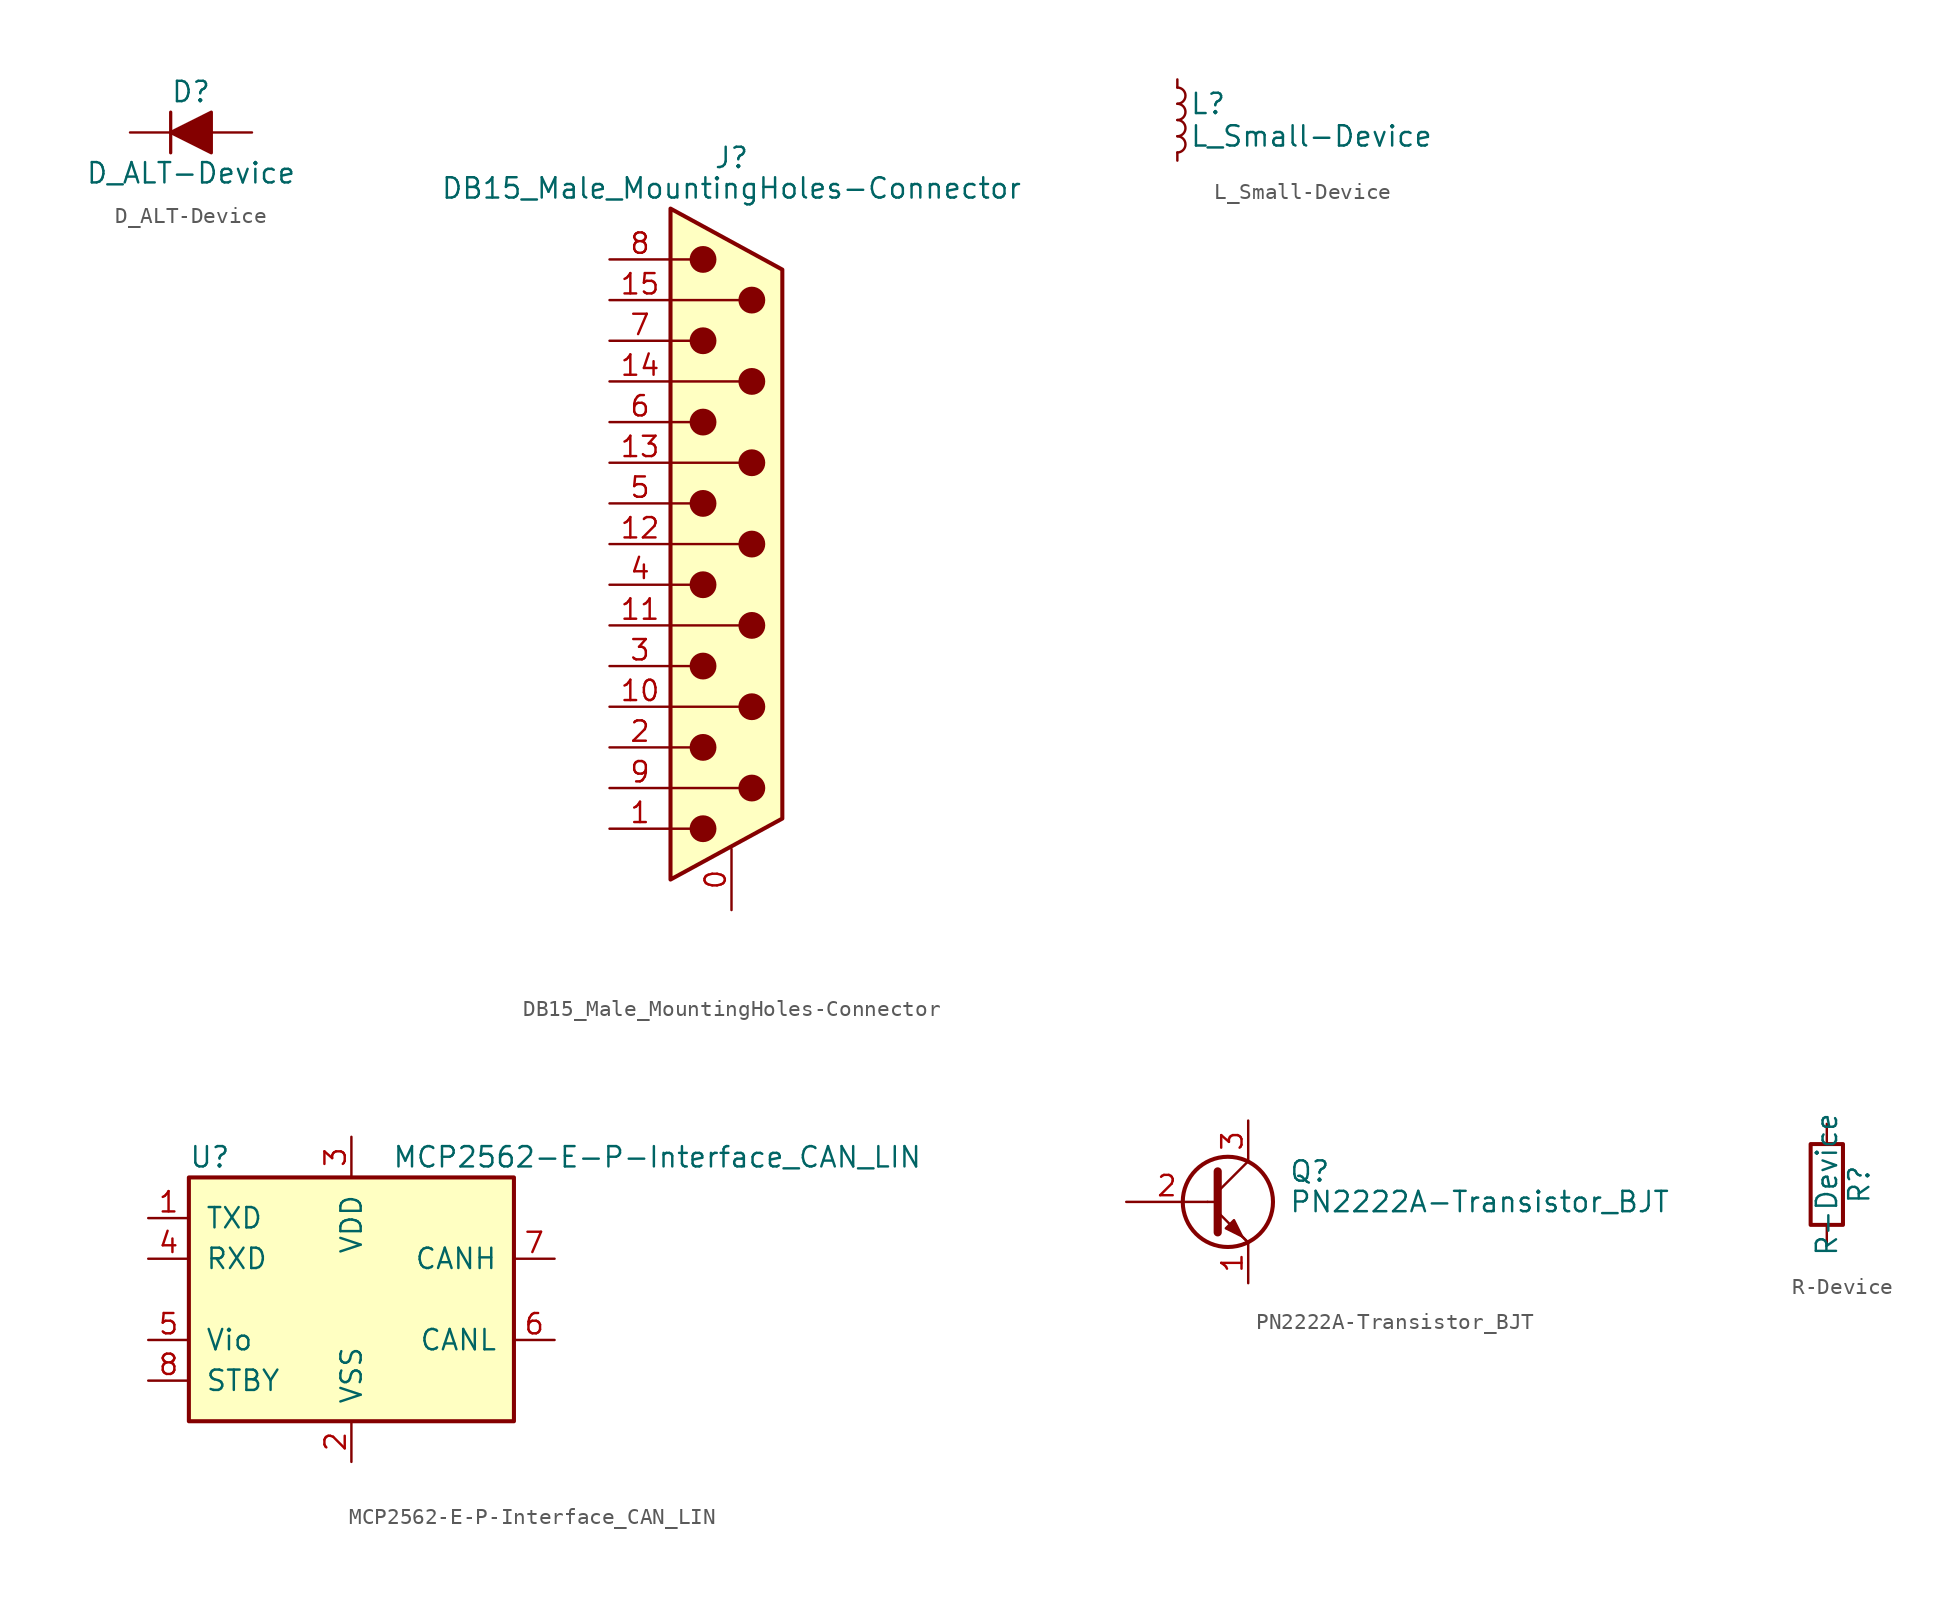
<source format=kicad_sym>
(kicad_symbol_lib
  (version 20220914)
  (generator kicad_symbol_editor)
  (symbol "D_ALT-Device"
    (pin_numbers hide)
    (pin_names
      (offset 1.016) hide)
    (property "Reference" "D"
      (at 0 2.54 0)
      (effects (font (size 1.27 1.27))))
    (property "Value" "D_ALT-Device"
      (at 0 -2.54 0)
      (effects (font (size 1.27 1.27))))
    (symbol "D_ALT-Device_0_1"
      (polyline (pts (xy -1.27 1.27) (xy -1.27 -1.27)) (stroke (width 0.203) (type solid)) (fill (type none)))
      (polyline (pts (xy 1.27 0) (xy -1.27 0)) (stroke (width 0) (type solid)) (fill (type none)))
      (polyline (pts (xy 1.27 1.27) (xy 1.27 -1.27) (xy -1.27 0) (xy 1.27 1.27)) (stroke (width 0.203) (type solid)) (fill (type outline))))
    (symbol "D_ALT-Device_1_1"
      (pin passive line (at -3.81 0 0) (length 2.54) (name "K" (effects (font (size 1.27 1.27)))) (number "1" (effects (font (size 1.27 1.27)))))
      (pin passive line (at 3.81 0 180) (length 2.54) (name "A" (effects (font (size 1.27 1.27)))) (number "2" (effects (font (size 1.27 1.27)))))))
  (symbol "DB15_Male_MountingHoles-Connector"
    (pin_names
      (offset 1.016) hide)
    (property "Reference" "J"
      (at 0 24.13 0)
      (effects (font (size 1.27 1.27))))
    (property "Value" "DB15_Male_MountingHoles-Connector"
      (at 0 22.225 0)
      (effects (font (size 1.27 1.27))))
    (symbol "DB15_Male_MountingHoles-Connector_0_1"
      (circle (center -1.778 -17.78) (radius 0.762) (stroke (width 0) (type solid)) (fill (type outline)))
      (circle (center -1.778 -12.7) (radius 0.762) (stroke (width 0) (type solid)) (fill (type outline)))
      (circle (center -1.778 -7.62) (radius 0.762) (stroke (width 0) (type solid)) (fill (type outline)))
      (circle (center -1.778 -2.54) (radius 0.762) (stroke (width 0) (type solid)) (fill (type outline)))
      (circle (center -1.778 2.54) (radius 0.762) (stroke (width 0) (type solid)) (fill (type outline)))
      (circle (center -1.778 7.62) (radius 0.762) (stroke (width 0) (type solid)) (fill (type outline)))
      (circle (center -1.778 12.7) (radius 0.762) (stroke (width 0) (type solid)) (fill (type outline)))
      (circle (center -1.778 17.78) (radius 0.762) (stroke (width 0) (type solid)) (fill (type outline)))
      (polyline (pts (xy -3.81 -17.78) (xy -2.54 -17.78)) (stroke (width 0) (type solid)) (fill (type none)))
      (polyline (pts (xy -3.81 -15.24) (xy 0.508 -15.24)) (stroke (width 0) (type solid)) (fill (type none)))
      (polyline (pts (xy -3.81 -12.7) (xy -2.54 -12.7)) (stroke (width 0) (type solid)) (fill (type none)))
      (polyline (pts (xy -3.81 -10.16) (xy 0.508 -10.16)) (stroke (width 0) (type solid)) (fill (type none)))
      (polyline (pts (xy -3.81 -7.62) (xy -2.54 -7.62)) (stroke (width 0) (type solid)) (fill (type none)))
      (polyline (pts (xy -3.81 -5.08) (xy 0.508 -5.08)) (stroke (width 0) (type solid)) (fill (type none)))
      (polyline (pts (xy -3.81 -2.54) (xy -2.54 -2.54)) (stroke (width 0) (type solid)) (fill (type none)))
      (polyline (pts (xy -3.81 0) (xy 0.508 0)) (stroke (width 0) (type solid)) (fill (type none)))
      (polyline (pts (xy -3.81 2.54) (xy -2.54 2.54)) (stroke (width 0) (type solid)) (fill (type none)))
      (polyline (pts (xy -3.81 5.08) (xy 0.508 5.08)) (stroke (width 0) (type solid)) (fill (type none)))
      (polyline (pts (xy -3.81 7.62) (xy -2.54 7.62)) (stroke (width 0) (type solid)) (fill (type none)))
      (polyline (pts (xy -3.81 10.16) (xy 0.508 10.16)) (stroke (width 0) (type solid)) (fill (type none)))
      (polyline (pts (xy -3.81 12.7) (xy -2.54 12.7)) (stroke (width 0) (type solid)) (fill (type none)))
      (polyline (pts (xy -3.81 15.24) (xy 0.508 15.24)) (stroke (width 0) (type solid)) (fill (type none)))
      (polyline (pts (xy -3.81 17.78) (xy -2.54 17.78)) (stroke (width 0) (type solid)) (fill (type none)))
      (polyline (pts (xy -3.81 -20.955) (xy 3.175 -17.145) (xy 3.175 17.145) (xy -3.81 20.955) (xy -3.81 -20.955)) (stroke (width 0.254) (type solid)) (fill (type background)))
      (circle (center 1.27 -15.24) (radius 0.762) (stroke (width 0) (type solid)) (fill (type outline)))
      (circle (center 1.27 -10.16) (radius 0.762) (stroke (width 0) (type solid)) (fill (type outline)))
      (circle (center 1.27 -5.08) (radius 0.762) (stroke (width 0) (type solid)) (fill (type outline)))
      (circle (center 1.27 0) (radius 0.762) (stroke (width 0) (type solid)) (fill (type outline)))
      (circle (center 1.27 5.08) (radius 0.762) (stroke (width 0) (type solid)) (fill (type outline)))
      (circle (center 1.27 10.16) (radius 0.762) (stroke (width 0) (type solid)) (fill (type outline)))
      (circle (center 1.27 15.24) (radius 0.762) (stroke (width 0) (type solid)) (fill (type outline))))
    (symbol "DB15_Male_MountingHoles-Connector_1_1"
      (pin passive line (at 0 -22.86 90) (length 3.81) (name "PAD" (effects (font (size 1.27 1.27)))) (number "0" (effects (font (size 1.27 1.27)))))
      (pin passive line (at -7.62 -17.78 0) (length 3.81) (name "1" (effects (font (size 1.27 1.27)))) (number "1" (effects (font (size 1.27 1.27)))))
      (pin passive line (at -7.62 -10.16 0) (length 3.81) (name "P10" (effects (font (size 1.27 1.27)))) (number "10" (effects (font (size 1.27 1.27)))))
      (pin passive line (at -7.62 -5.08 0) (length 3.81) (name "P111" (effects (font (size 1.27 1.27)))) (number "11" (effects (font (size 1.27 1.27)))))
      (pin passive line (at -7.62 0 0) (length 3.81) (name "P12" (effects (font (size 1.27 1.27)))) (number "12" (effects (font (size 1.27 1.27)))))
      (pin passive line (at -7.62 5.08 0) (length 3.81) (name "P13" (effects (font (size 1.27 1.27)))) (number "13" (effects (font (size 1.27 1.27)))))
      (pin passive line (at -7.62 10.16 0) (length 3.81) (name "P14" (effects (font (size 1.27 1.27)))) (number "14" (effects (font (size 1.27 1.27)))))
      (pin passive line (at -7.62 15.24 0) (length 3.81) (name "P15" (effects (font (size 1.27 1.27)))) (number "15" (effects (font (size 1.27 1.27)))))
      (pin passive line (at -7.62 -12.7 0) (length 3.81) (name "2" (effects (font (size 1.27 1.27)))) (number "2" (effects (font (size 1.27 1.27)))))
      (pin passive line (at -7.62 -7.62 0) (length 3.81) (name "3" (effects (font (size 1.27 1.27)))) (number "3" (effects (font (size 1.27 1.27)))))
      (pin passive line (at -7.62 -2.54 0) (length 3.81) (name "4" (effects (font (size 1.27 1.27)))) (number "4" (effects (font (size 1.27 1.27)))))
      (pin passive line (at -7.62 2.54 0) (length 3.81) (name "5" (effects (font (size 1.27 1.27)))) (number "5" (effects (font (size 1.27 1.27)))))
      (pin passive line (at -7.62 7.62 0) (length 3.81) (name "6" (effects (font (size 1.27 1.27)))) (number "6" (effects (font (size 1.27 1.27)))))
      (pin passive line (at -7.62 12.7 0) (length 3.81) (name "7" (effects (font (size 1.27 1.27)))) (number "7" (effects (font (size 1.27 1.27)))))
      (pin passive line (at -7.62 17.78 0) (length 3.81) (name "8" (effects (font (size 1.27 1.27)))) (number "8" (effects (font (size 1.27 1.27)))))
      (pin passive line (at -7.62 -15.24 0) (length 3.81) (name "P9" (effects (font (size 1.27 1.27)))) (number "9" (effects (font (size 1.27 1.27)))))))
  (symbol "L_Small-Device"
    (pin_numbers hide)
    (pin_names
      (offset 0.254) hide)
    (property "Reference" "L"
      (at 0.762 1.016 0)
      (effects (font (size 1.27 1.27)) (justify left)))
    (property "Value" "L_Small-Device"
      (at 0.762 -1.016 0)
      (effects (font (size 1.27 1.27)) (justify left)))
    (symbol "L_Small-Device_0_1"
      (arc (start 0 -2.032) (mid 0.5058 -1.524) (end 0 -1.016) (stroke (width 0) (type solid)) (fill (type none)))
      (arc (start 0 -1.016) (mid 0.5058 -0.508) (end 0 0) (stroke (width 0) (type solid)) (fill (type none)))
      (arc (start 0 0) (mid 0.5058 0.508) (end 0 1.016) (stroke (width 0) (type solid)) (fill (type none)))
      (arc (start 0 1.016) (mid 0.5058 1.524) (end 0 2.032) (stroke (width 0) (type solid)) (fill (type none))))
    (symbol "L_Small-Device_1_1"
      (pin passive line (at 0 2.54 270) (length 0.508) (name "~" (effects (font (size 1.27 1.27)))) (number "1" (effects (font (size 1.27 1.27)))))
      (pin passive line (at 0 -2.54 90) (length 0.508) (name "~" (effects (font (size 1.27 1.27)))) (number "2" (effects (font (size 1.27 1.27)))))))
  (symbol "MCP2562-E-P-Interface_CAN_LIN"
    (pin_names
      (offset 1.016))
    (property "Reference" "U"
      (at -10.16 8.89 0)
      (effects (font (size 1.27 1.27)) (justify left)))
    (property "Value" "MCP2562-E-P-Interface_CAN_LIN"
      (at 2.54 8.89 0)
      (effects (font (size 1.27 1.27)) (justify left)))
    (symbol "MCP2562-E-P-Interface_CAN_LIN_0_1"
      (rectangle (start -10.16 7.62) (end 10.16 -7.62) (stroke (width 0.254) (type solid)) (fill (type background))))
    (symbol "MCP2562-E-P-Interface_CAN_LIN_1_1"
      (pin input line (at -12.7 5.08 0) (length 2.54) (name "TXD" (effects (font (size 1.27 1.27)))) (number "1" (effects (font (size 1.27 1.27)))))
      (pin power_in line (at 0 -10.16 90) (length 2.54) (name "VSS" (effects (font (size 1.27 1.27)))) (number "2" (effects (font (size 1.27 1.27)))))
      (pin power_in line (at 0 10.16 270) (length 2.54) (name "VDD" (effects (font (size 1.27 1.27)))) (number "3" (effects (font (size 1.27 1.27)))))
      (pin output line (at -12.7 2.54 0) (length 2.54) (name "RXD" (effects (font (size 1.27 1.27)))) (number "4" (effects (font (size 1.27 1.27)))))
      (pin power_in line (at -12.7 -2.54 0) (length 2.54) (name "Vio" (effects (font (size 1.27 1.27)))) (number "5" (effects (font (size 1.27 1.27)))))
      (pin bidirectional line (at 12.7 -2.54 180) (length 2.54) (name "CANL" (effects (font (size 1.27 1.27)))) (number "6" (effects (font (size 1.27 1.27)))))
      (pin bidirectional line (at 12.7 2.54 180) (length 2.54) (name "CANH" (effects (font (size 1.27 1.27)))) (number "7" (effects (font (size 1.27 1.27)))))
      (pin input line (at -12.7 -5.08 0) (length 2.54) (name "STBY" (effects (font (size 1.27 1.27)))) (number "8" (effects (font (size 1.27 1.27)))))))
  (symbol "PN2222A-Transistor_BJT"
    (pin_names
      (offset 0) hide)
    (property "Reference" "Q"
      (at 5.08 1.905 0)
      (effects (font (size 1.27 1.27)) (justify left)))
    (property "Value" "PN2222A-Transistor_BJT"
      (at 5.08 0 0)
      (effects (font (size 1.27 1.27)) (justify left)))
    (symbol "PN2222A-Transistor_BJT_0_1"
      (polyline (pts (xy 0 0) (xy 0.635 0)) (stroke (width 0) (type solid)) (fill (type none)))
      (polyline (pts (xy 2.54 -2.54) (xy 0.635 -0.635)) (stroke (width 0) (type solid)) (fill (type none)))
      (polyline (pts (xy 2.54 2.54) (xy 0.635 0.635)) (stroke (width 0) (type solid)) (fill (type none)))
      (polyline (pts (xy 0.635 1.905) (xy 0.635 -1.905) (xy 0.635 -1.905)) (stroke (width 0.508) (type solid)) (fill (type none)))
      (polyline (pts (xy 2.413 -2.413) (xy 1.905 -1.905) (xy 1.905 -1.905)) (stroke (width 0) (type solid)) (fill (type none)))
      (polyline (pts (xy 1.143 -1.651) (xy 1.651 -1.143) (xy 2.159 -2.159) (xy 1.143 -1.651) (xy 1.143 -1.651)) (stroke (width 0) (type solid)) (fill (type outline)))
      (circle (center 1.27 0) (radius 2.819) (stroke (width 0.254) (type solid)) (fill (type none))))
    (symbol "PN2222A-Transistor_BJT_1_1"
      (pin passive line (at 2.54 -5.08 90) (length 2.54) (name "E" (effects (font (size 1.27 1.27)))) (number "1" (effects (font (size 1.27 1.27)))))
      (pin input line (at -5.08 0 0) (length 5.08) (name "B" (effects (font (size 1.27 1.27)))) (number "2" (effects (font (size 1.27 1.27)))))
      (pin passive line (at 2.54 5.08 270) (length 2.54) (name "C" (effects (font (size 1.27 1.27)))) (number "3" (effects (font (size 1.27 1.27)))))))
  (symbol "R-Device"
    (pin_numbers hide)
    (pin_names
      (offset 0))
    (property "Reference" "R"
      (at 2.032 0 90)
      (effects (font (size 1.27 1.27))))
    (property "Value" "R-Device"
      (at 0 0 90)
      (effects (font (size 1.27 1.27))))
    (symbol "R-Device_0_1"
      (rectangle (start -1.016 -2.54) (end 1.016 2.54) (stroke (width 0.254) (type solid)) (fill (type none))))
    (symbol "R-Device_1_1"
      (pin passive line (at 0 3.81 270) (length 1.27) (name "~" (effects (font (size 1.27 1.27)))) (number "1" (effects (font (size 1.27 1.27)))))
      (pin passive line (at 0 -3.81 90) (length 1.27) (name "~" (effects (font (size 1.27 1.27)))) (number "2" (effects (font (size 1.27 1.27))))))))
</source>
